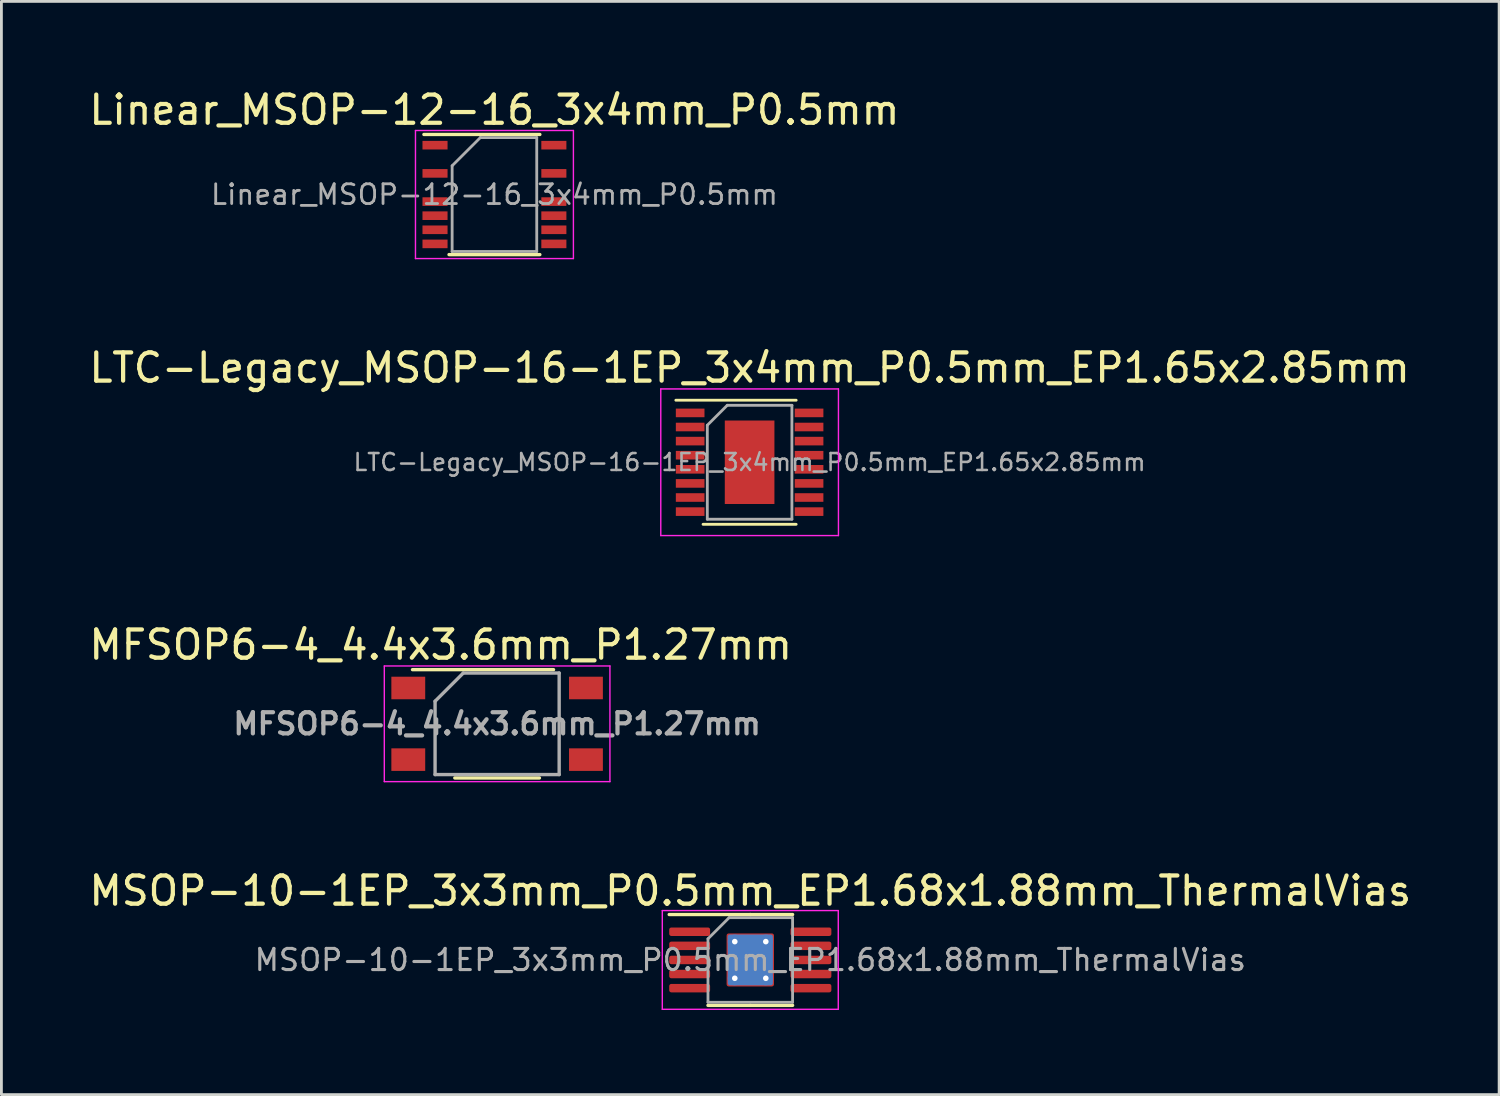
<source format=kicad_pcb>
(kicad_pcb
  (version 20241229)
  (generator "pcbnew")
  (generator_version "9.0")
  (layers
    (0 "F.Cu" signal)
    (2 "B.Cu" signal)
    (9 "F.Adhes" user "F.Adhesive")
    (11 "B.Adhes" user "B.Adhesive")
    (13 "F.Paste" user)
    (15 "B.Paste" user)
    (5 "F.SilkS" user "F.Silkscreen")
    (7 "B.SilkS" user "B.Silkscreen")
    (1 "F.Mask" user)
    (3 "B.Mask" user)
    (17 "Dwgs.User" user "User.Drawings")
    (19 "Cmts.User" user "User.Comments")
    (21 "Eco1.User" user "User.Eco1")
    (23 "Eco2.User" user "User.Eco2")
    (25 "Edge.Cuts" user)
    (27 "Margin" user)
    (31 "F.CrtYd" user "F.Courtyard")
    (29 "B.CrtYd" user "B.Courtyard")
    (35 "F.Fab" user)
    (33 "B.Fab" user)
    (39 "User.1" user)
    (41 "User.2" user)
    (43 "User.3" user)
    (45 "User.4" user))
  (footprint "Linear_MSOP-12-16_3x4mm_P0.5mm"
    (layer "F.Cu")
    (at 14.482 3.848)
    (property "Reference" "Linear_MSOP-12-16_3x4mm_P0.5mm" (at 0 -3 0) (layer "F.SilkS") (effects (font (size 1 1) (thickness 0.15))))
    (attr smd)
    (fp_line (start -2.5 -2.13) (end 1.61 -2.13) (stroke (width 0.12) (type solid)) (layer "F.SilkS"))
    (fp_line (start -1.61 2.13) (end 1.61 2.13) (stroke (width 0.12) (type solid)) (layer "F.SilkS"))
    (fp_line (start -2.8 -2.27) (end -2.8 2.27) (stroke (width 0.05) (type solid)) (layer "F.CrtYd"))
    (fp_line (start -2.8 -2.27) (end 2.8 -2.27) (stroke (width 0.05) (type solid)) (layer "F.CrtYd"))
    (fp_line (start -2.8 2.27) (end 2.8 2.27) (stroke (width 0.05) (type solid)) (layer "F.CrtYd"))
    (fp_line (start 2.8 -2.27) (end 2.8 2.27) (stroke (width 0.05) (type solid)) (layer "F.CrtYd"))
    (fp_line (start -1.5 -1.02) (end -0.5 -2.019) (stroke (width 0.1) (type solid)) (layer "F.Fab"))
    (fp_line (start -1.5 2.019) (end -1.5 -1.02) (stroke (width 0.1) (type solid)) (layer "F.Fab"))
    (fp_line (start -0.5 -2.019) (end 1.5 -2.019) (stroke (width 0.1) (type solid)) (layer "F.Fab"))
    (fp_line (start 1.5 -2.019) (end 1.5 2.019) (stroke (width 0.1) (type solid)) (layer "F.Fab"))
    (fp_line (start 1.5 2.019) (end -1.5 2.019) (stroke (width 0.1) (type solid)) (layer "F.Fab"))
    (fp_text user "${REFERENCE}" (at 0 0 0) (layer "F.Fab") (effects (font (size 0.7 0.7) (thickness 0.1))))
    (pad "1" smd rect (at -2.107 -1.75) (size 0.889 0.305) (layers "F.Cu" "F.Mask" "F.Paste"))
    (pad "3" smd rect (at -2.107 -0.75) (size 0.889 0.305) (layers "F.Cu" "F.Mask" "F.Paste"))
    (pad "5" smd rect (at -2.107 0.25) (size 0.889 0.305) (layers "F.Cu" "F.Mask" "F.Paste"))
    (pad "6" smd rect (at -2.107 0.75) (size 0.889 0.305) (layers "F.Cu" "F.Mask" "F.Paste"))
    (pad "7" smd rect (at -2.107 1.25) (size 0.889 0.305) (layers "F.Cu" "F.Mask" "F.Paste"))
    (pad "8" smd rect (at -2.107 1.75) (size 0.889 0.305) (layers "F.Cu" "F.Mask" "F.Paste"))
    (pad "9" smd rect (at 2.107 1.75) (size 0.889 0.305) (layers "F.Cu" "F.Mask" "F.Paste"))
    (pad "10" smd rect (at 2.107 1.25) (size 0.889 0.305) (layers "F.Cu" "F.Mask" "F.Paste"))
    (pad "11" smd rect (at 2.107 0.75) (size 0.889 0.305) (layers "F.Cu" "F.Mask" "F.Paste"))
    (pad "12" smd rect (at 2.107 0.25) (size 0.889 0.305) (layers "F.Cu" "F.Mask" "F.Paste"))
    (pad "14" smd rect (at 2.107 -0.75) (size 0.889 0.305) (layers "F.Cu" "F.Mask" "F.Paste"))
    (pad "16" smd rect (at 2.107 -1.75) (size 0.889 0.305) (layers "F.Cu" "F.Mask" "F.Paste")))
  (footprint "LTC-Legacy_MSOP-16-1EP_3x4mm_P0.5mm_EP1.65x2.85mm"
    (layer "F.Cu")
    (at 23.53 13.341)
    (property "Reference" "LTC-Legacy_MSOP-16-1EP_3x4mm_P0.5mm_EP1.65x2.85mm" (at 0 -3.35 0) (layer "F.SilkS") (effects (font (size 1 1) (thickness 0.15))))
    (attr smd)
    (fp_line (start -2.616 -2.2) (end 1.651 -2.2) (stroke (width 0.1) (type solid)) (layer "F.SilkS"))
    (fp_line (start -1.651 2.2) (end 1.651 2.2) (stroke (width 0.1) (type solid)) (layer "F.SilkS"))
    (fp_line (start -3.15 -2.6) (end -3.15 2.6) (stroke (width 0.05) (type solid)) (layer "F.CrtYd"))
    (fp_line (start -3.15 -2.6) (end 3.15 -2.6) (stroke (width 0.05) (type solid)) (layer "F.CrtYd"))
    (fp_line (start -3.15 2.6) (end 3.15 2.6) (stroke (width 0.05) (type solid)) (layer "F.CrtYd"))
    (fp_line (start 3.15 -2.6) (end 3.15 2.6) (stroke (width 0.05) (type solid)) (layer "F.CrtYd"))
    (fp_line (start -1.5 -1.313) (end -1.5 2.02) (stroke (width 0.1) (type solid)) (layer "F.Fab"))
    (fp_line (start -1.5 -1.313) (end -0.793 -2.02) (stroke (width 0.1) (type solid)) (layer "F.Fab"))
    (fp_line (start -1.5 2.02) (end 1.5 2.02) (stroke (width 0.1) (type solid)) (layer "F.Fab"))
    (fp_line (start -0.793 -2.02) (end 1.5 -2.02) (stroke (width 0.1) (type solid)) (layer "F.Fab"))
    (fp_line (start 1.5 -2.02) (end 1.5 2.02) (stroke (width 0.1) (type solid)) (layer "F.Fab"))
    (fp_text user "${REFERENCE}" (at 0 0 0) (layer "F.Fab") (effects (font (size 0.6 0.6) (thickness 0.09))))
    (pad "" smd rect (at -0.412 -0.95) (size 0.66 0.75) (layers "F.Paste"))
    (pad "" smd rect (at -0.412 0) (size 0.66 0.75) (layers "F.Paste"))
    (pad "" smd rect (at -0.412 0.95) (size 0.66 0.75) (layers "F.Paste"))
    (pad "" smd rect (at 0.412 -0.95) (size 0.66 0.75) (layers "F.Paste"))
    (pad "" smd rect (at 0.412 0) (size 0.66 0.75) (layers "F.Paste"))
    (pad "" smd rect (at 0.412 0.95) (size 0.66 0.75) (layers "F.Paste"))
    (pad "1" smd rect (at -2.108 -1.75) (size 1.016 0.305) (layers "F.Cu" "F.Mask" "F.Paste"))
    (pad "2" smd rect (at -2.108 -1.25) (size 1.016 0.305) (layers "F.Cu" "F.Mask" "F.Paste"))
    (pad "3" smd rect (at -2.108 -0.75) (size 1.016 0.305) (layers "F.Cu" "F.Mask" "F.Paste"))
    (pad "4" smd rect (at -2.108 -0.25) (size 1.016 0.305) (layers "F.Cu" "F.Mask" "F.Paste"))
    (pad "5" smd rect (at -2.108 0.25) (size 1.016 0.305) (layers "F.Cu" "F.Mask" "F.Paste"))
    (pad "6" smd rect (at -2.108 0.75) (size 1.016 0.305) (layers "F.Cu" "F.Mask" "F.Paste"))
    (pad "7" smd rect (at -2.108 1.25) (size 1.016 0.305) (layers "F.Cu" "F.Mask" "F.Paste"))
    (pad "8" smd rect (at -2.108 1.75) (size 1.016 0.305) (layers "F.Cu" "F.Mask" "F.Paste"))
    (pad "9" smd rect (at 2.108 1.75) (size 1.016 0.305) (layers "F.Cu" "F.Mask" "F.Paste"))
    (pad "10" smd rect (at 2.108 1.25) (size 1.016 0.305) (layers "F.Cu" "F.Mask" "F.Paste"))
    (pad "11" smd rect (at 2.108 0.75) (size 1.016 0.305) (layers "F.Cu" "F.Mask" "F.Paste"))
    (pad "12" smd rect (at 2.108 0.25) (size 1.016 0.305) (layers "F.Cu" "F.Mask" "F.Paste"))
    (pad "13" smd rect (at 2.108 -0.25) (size 1.016 0.305) (layers "F.Cu" "F.Mask" "F.Paste"))
    (pad "14" smd rect (at 2.108 -0.75) (size 1.016 0.305) (layers "F.Cu" "F.Mask" "F.Paste"))
    (pad "15" smd rect (at 2.108 -1.25) (size 1.016 0.305) (layers "F.Cu" "F.Mask" "F.Paste"))
    (pad "16" smd rect (at 2.108 -1.75) (size 1.016 0.305) (layers "F.Cu" "F.Mask" "F.Paste"))
    (pad "17" smd rect (at 0 0) (size 1.76 2.96) (layers "F.Cu" "F.Mask")))
  (footprint "MFSOP6-4_4.4x3.6mm_P1.27mm"
    (layer "F.Cu")
    (at 14.577 22.615)
    (property "Reference" "MFSOP6-4_4.4x3.6mm_P1.27mm" (at -2 -2.8 0) (layer "F.SilkS") (effects (font (size 1 1) (thickness 0.15))))
    (attr smd)
    (fp_line (start -3 -1.92) (end 2 -1.92) (stroke (width 0.12) (type solid)) (layer "F.SilkS"))
    (fp_line (start 1.5 1.92) (end -1.5 1.92) (stroke (width 0.12) (type solid)) (layer "F.SilkS"))
    (fp_line (start -4 -2.05) (end -4 2.05) (stroke (width 0.05) (type solid)) (layer "F.CrtYd"))
    (fp_line (start -4 -2.05) (end 4 -2.05) (stroke (width 0.05) (type solid)) (layer "F.CrtYd"))
    (fp_line (start 4 2.05) (end -4 2.05) (stroke (width 0.05) (type solid)) (layer "F.CrtYd"))
    (fp_line (start 4 2.05) (end 4 -2.05) (stroke (width 0.05) (type solid)) (layer "F.CrtYd"))
    (fp_line (start -2.2 -0.8) (end -2.2 1.8) (stroke (width 0.12) (type solid)) (layer "F.Fab"))
    (fp_line (start -2.2 1.8) (end 2.2 1.8) (stroke (width 0.12) (type solid)) (layer "F.Fab"))
    (fp_line (start -1.2 -1.8) (end -2.2 -0.8) (stroke (width 0.12) (type solid)) (layer "F.Fab"))
    (fp_line (start 2.2 -1.8) (end -1.2 -1.8) (stroke (width 0.12) (type solid)) (layer "F.Fab"))
    (fp_line (start 2.2 1.8) (end 2.2 -1.8) (stroke (width 0.12) (type solid)) (layer "F.Fab"))
    (fp_text user "${REFERENCE}" (at 0 0 0) (layer "F.Fab") (effects (font (size 0.75 0.75) (thickness 0.15))))
    (pad "1" smd rect (at -3.15 -1.27) (size 1.2 0.8) (layers "F.Cu" "F.Mask" "F.Paste"))
    (pad "3" smd rect (at -3.15 1.27) (size 1.2 0.8) (layers "F.Cu" "F.Mask" "F.Paste"))
    (pad "4" smd rect (at 3.15 1.27) (size 1.2 0.8) (layers "F.Cu" "F.Mask" "F.Paste"))
    (pad "6" smd rect (at 3.15 -1.27) (size 1.2 0.8) (layers "F.Cu" "F.Mask" "F.Paste")))
  (footprint "MSOP-10-1EP_3x3mm_P0.5mm_EP1.68x1.88mm_ThermalVias"
    (layer "F.Cu")
    (at 23.554 30.988)
    (property "Reference" "MSOP-10-1EP_3x3mm_P0.5mm_EP1.68x1.88mm_ThermalVias" (at 0 -2.45 0) (layer "F.SilkS") (effects (font (size 1 1) (thickness 0.15))))
    (attr smd)
    (fp_line (start 0 -1.61) (end -2.875 -1.61) (stroke (width 0.12) (type solid)) (layer "F.SilkS"))
    (fp_line (start 0 -1.61) (end 1.5 -1.61) (stroke (width 0.12) (type solid)) (layer "F.SilkS"))
    (fp_line (start 0 1.61) (end -1.5 1.61) (stroke (width 0.12) (type solid)) (layer "F.SilkS"))
    (fp_line (start 0 1.61) (end 1.5 1.61) (stroke (width 0.12) (type solid)) (layer "F.SilkS"))
    (fp_line (start -3.12 -1.75) (end -3.12 1.75) (stroke (width 0.05) (type solid)) (layer "F.CrtYd"))
    (fp_line (start -3.12 1.75) (end 3.12 1.75) (stroke (width 0.05) (type solid)) (layer "F.CrtYd"))
    (fp_line (start 3.12 -1.75) (end -3.12 -1.75) (stroke (width 0.05) (type solid)) (layer "F.CrtYd"))
    (fp_line (start 3.12 1.75) (end 3.12 -1.75) (stroke (width 0.05) (type solid)) (layer "F.CrtYd"))
    (fp_line (start -1.5 -0.75) (end -0.75 -1.5) (stroke (width 0.1) (type solid)) (layer "F.Fab"))
    (fp_line (start -1.5 1.5) (end -1.5 -0.75) (stroke (width 0.1) (type solid)) (layer "F.Fab"))
    (fp_line (start -0.75 -1.5) (end 1.5 -1.5) (stroke (width 0.1) (type solid)) (layer "F.Fab"))
    (fp_line (start 1.5 -1.5) (end 1.5 1.5) (stroke (width 0.1) (type solid)) (layer "F.Fab"))
    (fp_line (start 1.5 1.5) (end -1.5 1.5) (stroke (width 0.1) (type solid)) (layer "F.Fab"))
    (fp_text user "${REFERENCE}" (at 0 0 0) (layer "F.Fab") (effects (font (size 0.75 0.75) (thickness 0.11))))
    (pad "" smd roundrect (at -0.42 -0.47) (size 0.7 0.79) (layers "F.Paste") (roundrect_rratio 0.25))
    (pad "" smd roundrect (at -0.42 0.47) (size 0.7 0.79) (layers "F.Paste") (roundrect_rratio 0.25))
    (pad "" smd roundrect (at 0.42 -0.47) (size 0.7 0.79) (layers "F.Paste") (roundrect_rratio 0.25))
    (pad "" smd roundrect (at 0.42 0.47) (size 0.7 0.79) (layers "F.Paste") (roundrect_rratio 0.25))
    (pad "1" smd roundrect (at -2.15 -1) (size 1.45 0.3) (layers "F.Cu" "F.Mask" "F.Paste") (roundrect_rratio 0.25))
    (pad "2" smd roundrect (at -2.15 -0.5) (size 1.45 0.3) (layers "F.Cu" "F.Mask" "F.Paste") (roundrect_rratio 0.25))
    (pad "3" smd roundrect (at -2.15 0) (size 1.45 0.3) (layers "F.Cu" "F.Mask" "F.Paste") (roundrect_rratio 0.25))
    (pad "4" smd roundrect (at -2.15 0.5) (size 1.45 0.3) (layers "F.Cu" "F.Mask" "F.Paste") (roundrect_rratio 0.25))
    (pad "5" smd roundrect (at -2.15 1) (size 1.45 0.3) (layers "F.Cu" "F.Mask" "F.Paste") (roundrect_rratio 0.25))
    (pad "6" smd roundrect (at 2.15 1) (size 1.45 0.3) (layers "F.Cu" "F.Mask" "F.Paste") (roundrect_rratio 0.25))
    (pad "7" smd roundrect (at 2.15 0.5) (size 1.45 0.3) (layers "F.Cu" "F.Mask" "F.Paste") (roundrect_rratio 0.25))
    (pad "8" smd roundrect (at 2.15 0) (size 1.45 0.3) (layers "F.Cu" "F.Mask" "F.Paste") (roundrect_rratio 0.25))
    (pad "9" smd roundrect (at 2.15 -0.5) (size 1.45 0.3) (layers "F.Cu" "F.Mask" "F.Paste") (roundrect_rratio 0.25))
    (pad "10" smd roundrect (at 2.15 -1) (size 1.45 0.3) (layers "F.Cu" "F.Mask" "F.Paste") (roundrect_rratio 0.25))
    (pad "11" thru_hole circle (at -0.55 -0.65) (size 0.5 0.5) (drill 0.2) (layers "*.Cu"))
    (pad "11" thru_hole circle (at -0.55 0.65) (size 0.5 0.5) (drill 0.2) (layers "*.Cu"))
    (pad "11" smd roundrect (at 0 0) (size 1.6 1.8) (layers "B.Cu") (roundrect_rratio 0.047))
    (pad "11" smd roundrect (at 0 0) (size 1.68 1.88) (layers "F.Cu" "F.Mask") (roundrect_rratio 0.045))
    (pad "11" thru_hole circle (at 0.55 -0.65) (size 0.5 0.5) (drill 0.2) (layers "*.Cu"))
    (pad "11" thru_hole circle (at 0.55 0.65) (size 0.5 0.5) (drill 0.2) (layers "*.Cu")))
  (gr_rect
    (start -3 -3)
    (end 50.107 35.763)
    (stroke (width 0.1) (type default))
    (fill no)
    (layer "Edge.Cuts")))
</source>
